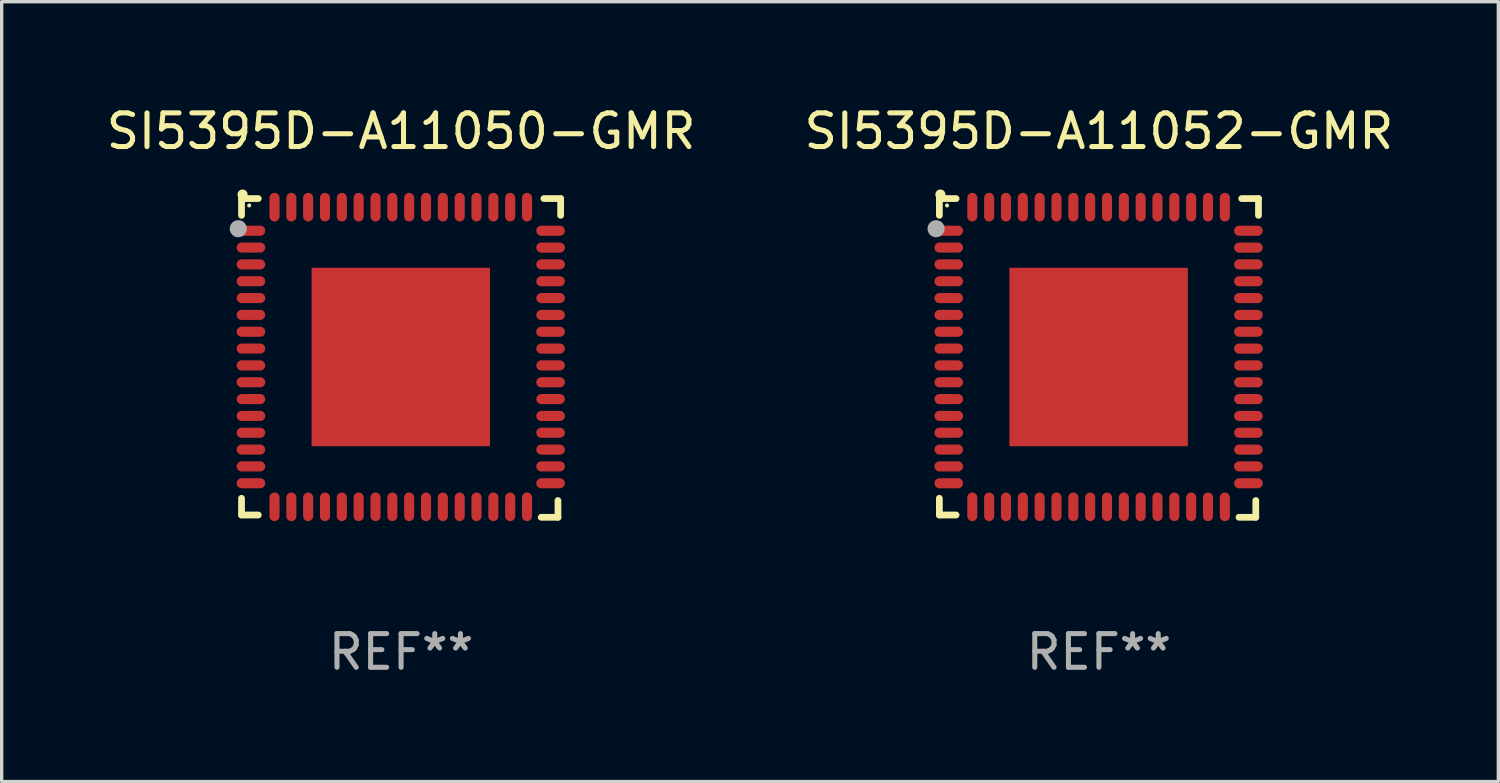
<source format=kicad_pcb>
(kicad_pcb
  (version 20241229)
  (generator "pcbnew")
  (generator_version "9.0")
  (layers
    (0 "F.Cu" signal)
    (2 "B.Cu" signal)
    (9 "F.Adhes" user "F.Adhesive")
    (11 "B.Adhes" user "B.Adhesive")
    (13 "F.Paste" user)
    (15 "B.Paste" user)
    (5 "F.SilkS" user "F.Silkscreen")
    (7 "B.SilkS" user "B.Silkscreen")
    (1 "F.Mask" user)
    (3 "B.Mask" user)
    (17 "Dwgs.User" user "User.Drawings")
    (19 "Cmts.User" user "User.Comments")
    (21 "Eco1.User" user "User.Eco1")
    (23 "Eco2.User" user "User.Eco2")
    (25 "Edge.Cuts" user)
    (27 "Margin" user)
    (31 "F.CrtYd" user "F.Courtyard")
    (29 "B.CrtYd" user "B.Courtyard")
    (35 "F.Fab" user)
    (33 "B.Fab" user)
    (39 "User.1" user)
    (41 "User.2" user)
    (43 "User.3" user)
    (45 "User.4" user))
  (footprint "SI5395D-A11052-GMR"
    (layer "F.Cu")
    (at 29.589 7.581)
    (property "Reference" "SI5395D-A11052-GMR" (at 0 -6.733 0) (layer "F.SilkS") (effects (font (size 1 1) (thickness 0.15))))
    (attr through_hole)
    (fp_line (start -4.739 -4.733) (end -4.241 -4.733) (stroke (width 0.2) (type solid)) (layer "F.SilkS"))
    (fp_line (start -4.739 -4.235) (end -4.739 -4.733) (stroke (width 0.2) (type solid)) (layer "F.SilkS"))
    (fp_line (start -4.739 4.168) (end -4.739 4.665) (stroke (width 0.2) (type solid)) (layer "F.SilkS"))
    (fp_line (start -4.739 4.665) (end -4.241 4.665) (stroke (width 0.2) (type solid)) (layer "F.SilkS"))
    (fp_line (start 4.161 4.733) (end 4.659 4.733) (stroke (width 0.2) (type solid)) (layer "F.SilkS"))
    (fp_line (start 4.241 -4.733) (end 4.739 -4.733) (stroke (width 0.2) (type solid)) (layer "F.SilkS"))
    (fp_line (start 4.659 4.733) (end 4.659 4.235) (stroke (width 0.2) (type solid)) (layer "F.SilkS"))
    (fp_line (start 4.739 -4.733) (end 4.739 -4.235) (stroke (width 0.2) (type solid)) (layer "F.SilkS"))
    (fp_arc (start -4.708623 -4.85108) (mid -4.708628 -4.85235) (end -4.708623 -4.85362) (stroke (width 0.3) (type solid)) (layer "F.SilkS"))
    (fp_circle (center -4.511 -4.529) (end -4.481 -4.529) (stroke (width 0.06) (type solid)) (fill no) (layer "F.SilkS"))
    (fp_circle (center -4.836 -3.838) (end -4.709 -3.838) (stroke (width 0.254) (type solid)) (fill no) (layer "F.Fab"))
    (fp_text user "REF**" (at 0 8.733 0) (layer "F.Fab") (effects (font (size 1 1) (thickness 0.15))))
    (pad "1" smd oval (at -4.46 -3.778) (size 0.85 0.3) (layers "F.Cu" "F.Mask" "F.Paste"))
    (pad "2" smd oval (at -4.46 -3.278) (size 0.85 0.3) (layers "F.Cu" "F.Mask" "F.Paste"))
    (pad "3" smd oval (at -4.46 -2.778) (size 0.85 0.3) (layers "F.Cu" "F.Mask" "F.Paste"))
    (pad "4" smd oval (at -4.46 -2.278) (size 0.85 0.3) (layers "F.Cu" "F.Mask" "F.Paste"))
    (pad "5" smd oval (at -4.46 -1.778) (size 0.85 0.3) (layers "F.Cu" "F.Mask" "F.Paste"))
    (pad "6" smd oval (at -4.46 -1.278) (size 0.85 0.3) (layers "F.Cu" "F.Mask" "F.Paste"))
    (pad "7" smd oval (at -4.46 -0.778) (size 0.85 0.3) (layers "F.Cu" "F.Mask" "F.Paste"))
    (pad "8" smd oval (at -4.46 -0.278) (size 0.85 0.3) (layers "F.Cu" "F.Mask" "F.Paste"))
    (pad "9" smd oval (at -4.46 0.222) (size 0.85 0.3) (layers "F.Cu" "F.Mask" "F.Paste"))
    (pad "10" smd oval (at -4.46 0.722) (size 0.85 0.3) (layers "F.Cu" "F.Mask" "F.Paste"))
    (pad "11" smd oval (at -4.46 1.222) (size 0.85 0.3) (layers "F.Cu" "F.Mask" "F.Paste"))
    (pad "12" smd oval (at -4.46 1.722) (size 0.85 0.3) (layers "F.Cu" "F.Mask" "F.Paste"))
    (pad "13" smd oval (at -4.46 2.222) (size 0.85 0.3) (layers "F.Cu" "F.Mask" "F.Paste"))
    (pad "14" smd oval (at -4.46 2.722) (size 0.85 0.3) (layers "F.Cu" "F.Mask" "F.Paste"))
    (pad "15" smd oval (at -4.46 3.222) (size 0.85 0.3) (layers "F.Cu" "F.Mask" "F.Paste"))
    (pad "16" smd oval (at -4.46 3.722) (size 0.85 0.3) (layers "F.Cu" "F.Mask" "F.Paste"))
    (pad "17" smd oval (at -3.76 4.422) (size 0.3 0.85) (layers "F.Cu" "F.Mask" "F.Paste"))
    (pad "18" smd oval (at -3.26 4.422) (size 0.3 0.85) (layers "F.Cu" "F.Mask" "F.Paste"))
    (pad "19" smd oval (at -2.76 4.422) (size 0.3 0.85) (layers "F.Cu" "F.Mask" "F.Paste"))
    (pad "20" smd oval (at -2.26 4.422) (size 0.3 0.85) (layers "F.Cu" "F.Mask" "F.Paste"))
    (pad "21" smd oval (at -1.76 4.422) (size 0.3 0.85) (layers "F.Cu" "F.Mask" "F.Paste"))
    (pad "22" smd oval (at -1.26 4.422) (size 0.3 0.85) (layers "F.Cu" "F.Mask" "F.Paste"))
    (pad "23" smd oval (at -0.76 4.422) (size 0.3 0.85) (layers "F.Cu" "F.Mask" "F.Paste"))
    (pad "24" smd oval (at -0.26 4.422) (size 0.3 0.85) (layers "F.Cu" "F.Mask" "F.Paste"))
    (pad "25" smd oval (at 0.24 4.422) (size 0.3 0.85) (layers "F.Cu" "F.Mask" "F.Paste"))
    (pad "26" smd oval (at 0.74 4.422) (size 0.3 0.85) (layers "F.Cu" "F.Mask" "F.Paste"))
    (pad "27" smd oval (at 1.24 4.422) (size 0.3 0.85) (layers "F.Cu" "F.Mask" "F.Paste"))
    (pad "28" smd oval (at 1.74 4.422) (size 0.3 0.85) (layers "F.Cu" "F.Mask" "F.Paste"))
    (pad "29" smd oval (at 2.24 4.422) (size 0.3 0.85) (layers "F.Cu" "F.Mask" "F.Paste"))
    (pad "30" smd oval (at 2.74 4.422) (size 0.3 0.85) (layers "F.Cu" "F.Mask" "F.Paste"))
    (pad "31" smd oval (at 3.24 4.422) (size 0.3 0.85) (layers "F.Cu" "F.Mask" "F.Paste"))
    (pad "32" smd oval (at 3.74 4.422) (size 0.3 0.85) (layers "F.Cu" "F.Mask" "F.Paste"))
    (pad "33" smd oval (at 4.44 3.723) (size 0.85 0.3) (layers "F.Cu" "F.Mask" "F.Paste"))
    (pad "34" smd oval (at 4.44 3.222) (size 0.85 0.3) (layers "F.Cu" "F.Mask" "F.Paste"))
    (pad "35" smd oval (at 4.44 2.723) (size 0.85 0.3) (layers "F.Cu" "F.Mask" "F.Paste"))
    (pad "36" smd oval (at 4.44 2.222) (size 0.85 0.3) (layers "F.Cu" "F.Mask" "F.Paste"))
    (pad "37" smd oval (at 4.44 1.723) (size 0.85 0.3) (layers "F.Cu" "F.Mask" "F.Paste"))
    (pad "38" smd oval (at 4.44 1.222) (size 0.85 0.3) (layers "F.Cu" "F.Mask" "F.Paste"))
    (pad "39" smd oval (at 4.44 0.723) (size 0.85 0.3) (layers "F.Cu" "F.Mask" "F.Paste"))
    (pad "40" smd oval (at 4.44 0.222) (size 0.85 0.3) (layers "F.Cu" "F.Mask" "F.Paste"))
    (pad "41" smd oval (at 4.44 -0.277) (size 0.85 0.3) (layers "F.Cu" "F.Mask" "F.Paste"))
    (pad "42" smd oval (at 4.44 -0.778) (size 0.85 0.3) (layers "F.Cu" "F.Mask" "F.Paste"))
    (pad "43" smd oval (at 4.44 -1.277) (size 0.85 0.3) (layers "F.Cu" "F.Mask" "F.Paste"))
    (pad "44" smd oval (at 4.44 -1.778) (size 0.85 0.3) (layers "F.Cu" "F.Mask" "F.Paste"))
    (pad "45" smd oval (at 4.44 -2.277) (size 0.85 0.3) (layers "F.Cu" "F.Mask" "F.Paste"))
    (pad "46" smd oval (at 4.44 -2.778) (size 0.85 0.3) (layers "F.Cu" "F.Mask" "F.Paste"))
    (pad "47" smd oval (at 4.44 -3.277) (size 0.85 0.3) (layers "F.Cu" "F.Mask" "F.Paste"))
    (pad "48" smd oval (at 4.44 -3.778) (size 0.85 0.3) (layers "F.Cu" "F.Mask" "F.Paste"))
    (pad "49" smd oval (at 3.74 -4.478) (size 0.3 0.85) (layers "F.Cu" "F.Mask" "F.Paste"))
    (pad "50" smd oval (at 3.24 -4.478) (size 0.3 0.85) (layers "F.Cu" "F.Mask" "F.Paste"))
    (pad "51" smd oval (at 2.74 -4.478) (size 0.3 0.85) (layers "F.Cu" "F.Mask" "F.Paste"))
    (pad "52" smd oval (at 2.24 -4.478) (size 0.3 0.85) (layers "F.Cu" "F.Mask" "F.Paste"))
    (pad "53" smd oval (at 1.74 -4.478) (size 0.3 0.85) (layers "F.Cu" "F.Mask" "F.Paste"))
    (pad "54" smd oval (at 1.24 -4.478) (size 0.3 0.85) (layers "F.Cu" "F.Mask" "F.Paste"))
    (pad "55" smd oval (at 0.74 -4.478) (size 0.3 0.85) (layers "F.Cu" "F.Mask" "F.Paste"))
    (pad "56" smd oval (at 0.24 -4.478) (size 0.3 0.85) (layers "F.Cu" "F.Mask" "F.Paste"))
    (pad "57" smd oval (at -0.26 -4.478) (size 0.3 0.85) (layers "F.Cu" "F.Mask" "F.Paste"))
    (pad "58" smd oval (at -0.76 -4.478) (size 0.3 0.85) (layers "F.Cu" "F.Mask" "F.Paste"))
    (pad "59" smd oval (at -1.26 -4.478) (size 0.3 0.85) (layers "F.Cu" "F.Mask" "F.Paste"))
    (pad "60" smd oval (at -1.76 -4.478) (size 0.3 0.85) (layers "F.Cu" "F.Mask" "F.Paste"))
    (pad "61" smd oval (at -2.26 -4.478) (size 0.3 0.85) (layers "F.Cu" "F.Mask" "F.Paste"))
    (pad "62" smd oval (at -2.76 -4.478) (size 0.3 0.85) (layers "F.Cu" "F.Mask" "F.Paste"))
    (pad "63" smd oval (at -3.26 -4.478) (size 0.3 0.85) (layers "F.Cu" "F.Mask" "F.Paste"))
    (pad "64" smd oval (at -3.76 -4.478) (size 0.3 0.85) (layers "F.Cu" "F.Mask" "F.Paste"))
    (pad "65" smd rect (at -0.009 -0.028 90) (size 5.3 5.3) (layers "F.Cu" "F.Mask" "F.Paste")))
  (footprint "SI5395D-A11050-GMR"
    (layer "F.Cu")
    (at 8.863 7.581)
    (property "Reference" "SI5395D-A11050-GMR" (at 0 -6.733 0) (layer "F.SilkS") (effects (font (size 1 1) (thickness 0.15))))
    (attr through_hole)
    (fp_line (start -4.739 -4.733) (end -4.241 -4.733) (stroke (width 0.2) (type solid)) (layer "F.SilkS"))
    (fp_line (start -4.739 -4.235) (end -4.739 -4.733) (stroke (width 0.2) (type solid)) (layer "F.SilkS"))
    (fp_line (start -4.739 4.168) (end -4.739 4.665) (stroke (width 0.2) (type solid)) (layer "F.SilkS"))
    (fp_line (start -4.739 4.665) (end -4.241 4.665) (stroke (width 0.2) (type solid)) (layer "F.SilkS"))
    (fp_line (start 4.161 4.733) (end 4.659 4.733) (stroke (width 0.2) (type solid)) (layer "F.SilkS"))
    (fp_line (start 4.241 -4.733) (end 4.739 -4.733) (stroke (width 0.2) (type solid)) (layer "F.SilkS"))
    (fp_line (start 4.659 4.733) (end 4.659 4.235) (stroke (width 0.2) (type solid)) (layer "F.SilkS"))
    (fp_line (start 4.739 -4.733) (end 4.739 -4.235) (stroke (width 0.2) (type solid)) (layer "F.SilkS"))
    (fp_arc (start -4.708623 -4.85108) (mid -4.708628 -4.85235) (end -4.708623 -4.85362) (stroke (width 0.3) (type solid)) (layer "F.SilkS"))
    (fp_circle (center -4.511 -4.529) (end -4.481 -4.529) (stroke (width 0.06) (type solid)) (fill no) (layer "F.SilkS"))
    (fp_circle (center -4.836 -3.838) (end -4.709 -3.838) (stroke (width 0.254) (type solid)) (fill no) (layer "F.Fab"))
    (fp_text user "REF**" (at 0 8.733 0) (layer "F.Fab") (effects (font (size 1 1) (thickness 0.15))))
    (pad "1" smd oval (at -4.46 -3.778) (size 0.85 0.3) (layers "F.Cu" "F.Mask" "F.Paste"))
    (pad "2" smd oval (at -4.46 -3.278) (size 0.85 0.3) (layers "F.Cu" "F.Mask" "F.Paste"))
    (pad "3" smd oval (at -4.46 -2.778) (size 0.85 0.3) (layers "F.Cu" "F.Mask" "F.Paste"))
    (pad "4" smd oval (at -4.46 -2.278) (size 0.85 0.3) (layers "F.Cu" "F.Mask" "F.Paste"))
    (pad "5" smd oval (at -4.46 -1.778) (size 0.85 0.3) (layers "F.Cu" "F.Mask" "F.Paste"))
    (pad "6" smd oval (at -4.46 -1.278) (size 0.85 0.3) (layers "F.Cu" "F.Mask" "F.Paste"))
    (pad "7" smd oval (at -4.46 -0.778) (size 0.85 0.3) (layers "F.Cu" "F.Mask" "F.Paste"))
    (pad "8" smd oval (at -4.46 -0.278) (size 0.85 0.3) (layers "F.Cu" "F.Mask" "F.Paste"))
    (pad "9" smd oval (at -4.46 0.222) (size 0.85 0.3) (layers "F.Cu" "F.Mask" "F.Paste"))
    (pad "10" smd oval (at -4.46 0.722) (size 0.85 0.3) (layers "F.Cu" "F.Mask" "F.Paste"))
    (pad "11" smd oval (at -4.46 1.222) (size 0.85 0.3) (layers "F.Cu" "F.Mask" "F.Paste"))
    (pad "12" smd oval (at -4.46 1.722) (size 0.85 0.3) (layers "F.Cu" "F.Mask" "F.Paste"))
    (pad "13" smd oval (at -4.46 2.222) (size 0.85 0.3) (layers "F.Cu" "F.Mask" "F.Paste"))
    (pad "14" smd oval (at -4.46 2.722) (size 0.85 0.3) (layers "F.Cu" "F.Mask" "F.Paste"))
    (pad "15" smd oval (at -4.46 3.222) (size 0.85 0.3) (layers "F.Cu" "F.Mask" "F.Paste"))
    (pad "16" smd oval (at -4.46 3.722) (size 0.85 0.3) (layers "F.Cu" "F.Mask" "F.Paste"))
    (pad "17" smd oval (at -3.76 4.422) (size 0.3 0.85) (layers "F.Cu" "F.Mask" "F.Paste"))
    (pad "18" smd oval (at -3.26 4.422) (size 0.3 0.85) (layers "F.Cu" "F.Mask" "F.Paste"))
    (pad "19" smd oval (at -2.76 4.422) (size 0.3 0.85) (layers "F.Cu" "F.Mask" "F.Paste"))
    (pad "20" smd oval (at -2.26 4.422) (size 0.3 0.85) (layers "F.Cu" "F.Mask" "F.Paste"))
    (pad "21" smd oval (at -1.76 4.422) (size 0.3 0.85) (layers "F.Cu" "F.Mask" "F.Paste"))
    (pad "22" smd oval (at -1.26 4.422) (size 0.3 0.85) (layers "F.Cu" "F.Mask" "F.Paste"))
    (pad "23" smd oval (at -0.76 4.422) (size 0.3 0.85) (layers "F.Cu" "F.Mask" "F.Paste"))
    (pad "24" smd oval (at -0.26 4.422) (size 0.3 0.85) (layers "F.Cu" "F.Mask" "F.Paste"))
    (pad "25" smd oval (at 0.24 4.422) (size 0.3 0.85) (layers "F.Cu" "F.Mask" "F.Paste"))
    (pad "26" smd oval (at 0.74 4.422) (size 0.3 0.85) (layers "F.Cu" "F.Mask" "F.Paste"))
    (pad "27" smd oval (at 1.24 4.422) (size 0.3 0.85) (layers "F.Cu" "F.Mask" "F.Paste"))
    (pad "28" smd oval (at 1.74 4.422) (size 0.3 0.85) (layers "F.Cu" "F.Mask" "F.Paste"))
    (pad "29" smd oval (at 2.24 4.422) (size 0.3 0.85) (layers "F.Cu" "F.Mask" "F.Paste"))
    (pad "30" smd oval (at 2.74 4.422) (size 0.3 0.85) (layers "F.Cu" "F.Mask" "F.Paste"))
    (pad "31" smd oval (at 3.24 4.422) (size 0.3 0.85) (layers "F.Cu" "F.Mask" "F.Paste"))
    (pad "32" smd oval (at 3.74 4.422) (size 0.3 0.85) (layers "F.Cu" "F.Mask" "F.Paste"))
    (pad "33" smd oval (at 4.44 3.723) (size 0.85 0.3) (layers "F.Cu" "F.Mask" "F.Paste"))
    (pad "34" smd oval (at 4.44 3.222) (size 0.85 0.3) (layers "F.Cu" "F.Mask" "F.Paste"))
    (pad "35" smd oval (at 4.44 2.723) (size 0.85 0.3) (layers "F.Cu" "F.Mask" "F.Paste"))
    (pad "36" smd oval (at 4.44 2.222) (size 0.85 0.3) (layers "F.Cu" "F.Mask" "F.Paste"))
    (pad "37" smd oval (at 4.44 1.723) (size 0.85 0.3) (layers "F.Cu" "F.Mask" "F.Paste"))
    (pad "38" smd oval (at 4.44 1.222) (size 0.85 0.3) (layers "F.Cu" "F.Mask" "F.Paste"))
    (pad "39" smd oval (at 4.44 0.723) (size 0.85 0.3) (layers "F.Cu" "F.Mask" "F.Paste"))
    (pad "40" smd oval (at 4.44 0.222) (size 0.85 0.3) (layers "F.Cu" "F.Mask" "F.Paste"))
    (pad "41" smd oval (at 4.44 -0.277) (size 0.85 0.3) (layers "F.Cu" "F.Mask" "F.Paste"))
    (pad "42" smd oval (at 4.44 -0.778) (size 0.85 0.3) (layers "F.Cu" "F.Mask" "F.Paste"))
    (pad "43" smd oval (at 4.44 -1.277) (size 0.85 0.3) (layers "F.Cu" "F.Mask" "F.Paste"))
    (pad "44" smd oval (at 4.44 -1.778) (size 0.85 0.3) (layers "F.Cu" "F.Mask" "F.Paste"))
    (pad "45" smd oval (at 4.44 -2.277) (size 0.85 0.3) (layers "F.Cu" "F.Mask" "F.Paste"))
    (pad "46" smd oval (at 4.44 -2.778) (size 0.85 0.3) (layers "F.Cu" "F.Mask" "F.Paste"))
    (pad "47" smd oval (at 4.44 -3.277) (size 0.85 0.3) (layers "F.Cu" "F.Mask" "F.Paste"))
    (pad "48" smd oval (at 4.44 -3.778) (size 0.85 0.3) (layers "F.Cu" "F.Mask" "F.Paste"))
    (pad "49" smd oval (at 3.74 -4.478) (size 0.3 0.85) (layers "F.Cu" "F.Mask" "F.Paste"))
    (pad "50" smd oval (at 3.24 -4.478) (size 0.3 0.85) (layers "F.Cu" "F.Mask" "F.Paste"))
    (pad "51" smd oval (at 2.74 -4.478) (size 0.3 0.85) (layers "F.Cu" "F.Mask" "F.Paste"))
    (pad "52" smd oval (at 2.24 -4.478) (size 0.3 0.85) (layers "F.Cu" "F.Mask" "F.Paste"))
    (pad "53" smd oval (at 1.74 -4.478) (size 0.3 0.85) (layers "F.Cu" "F.Mask" "F.Paste"))
    (pad "54" smd oval (at 1.24 -4.478) (size 0.3 0.85) (layers "F.Cu" "F.Mask" "F.Paste"))
    (pad "55" smd oval (at 0.74 -4.478) (size 0.3 0.85) (layers "F.Cu" "F.Mask" "F.Paste"))
    (pad "56" smd oval (at 0.24 -4.478) (size 0.3 0.85) (layers "F.Cu" "F.Mask" "F.Paste"))
    (pad "57" smd oval (at -0.26 -4.478) (size 0.3 0.85) (layers "F.Cu" "F.Mask" "F.Paste"))
    (pad "58" smd oval (at -0.76 -4.478) (size 0.3 0.85) (layers "F.Cu" "F.Mask" "F.Paste"))
    (pad "59" smd oval (at -1.26 -4.478) (size 0.3 0.85) (layers "F.Cu" "F.Mask" "F.Paste"))
    (pad "60" smd oval (at -1.76 -4.478) (size 0.3 0.85) (layers "F.Cu" "F.Mask" "F.Paste"))
    (pad "61" smd oval (at -2.26 -4.478) (size 0.3 0.85) (layers "F.Cu" "F.Mask" "F.Paste"))
    (pad "62" smd oval (at -2.76 -4.478) (size 0.3 0.85) (layers "F.Cu" "F.Mask" "F.Paste"))
    (pad "63" smd oval (at -3.26 -4.478) (size 0.3 0.85) (layers "F.Cu" "F.Mask" "F.Paste"))
    (pad "64" smd oval (at -3.76 -4.478) (size 0.3 0.85) (layers "F.Cu" "F.Mask" "F.Paste"))
    (pad "65" smd rect (at -0.009 -0.028 90) (size 5.3 5.3) (layers "F.Cu" "F.Mask" "F.Paste")))
  (gr_rect
    (start -3 -3)
    (end 41.452 20.162)
    (stroke (width 0.1) (type default))
    (fill no)
    (layer "Edge.Cuts")))
</source>
